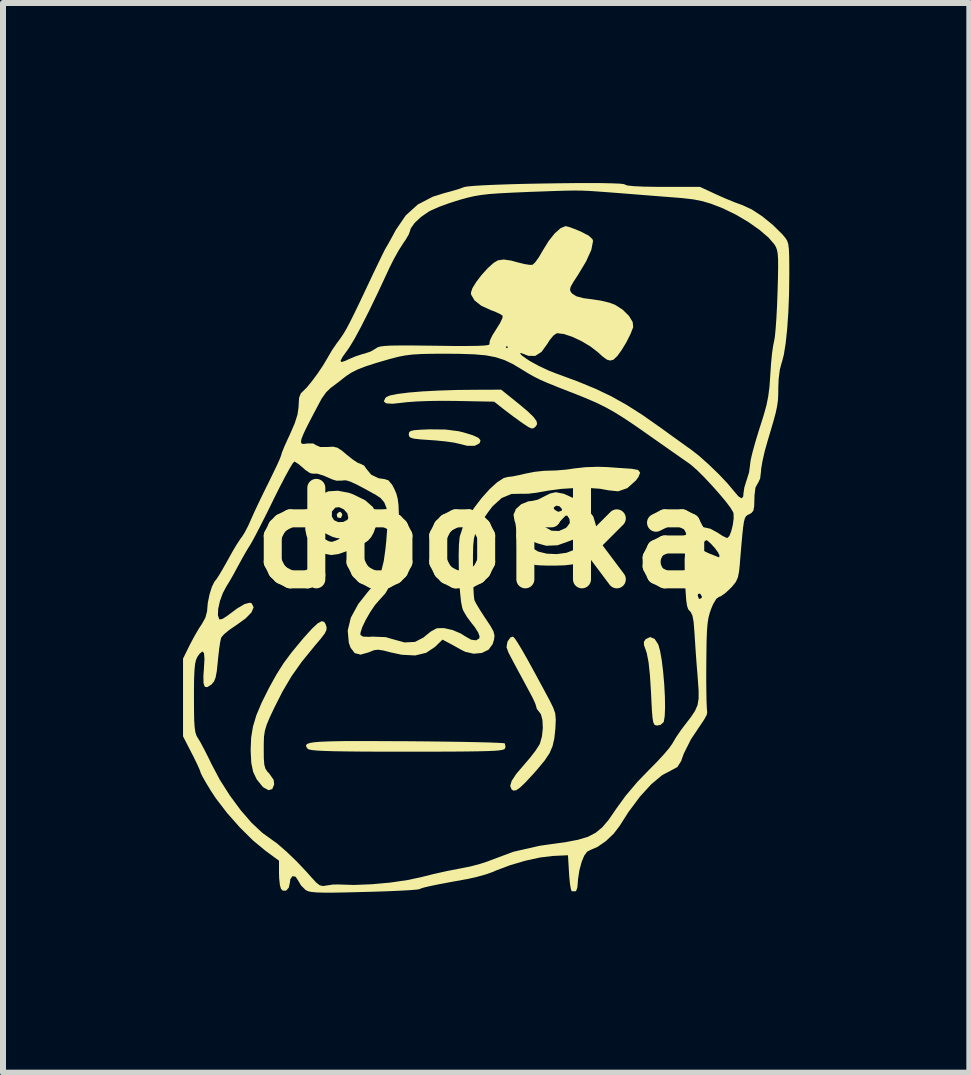
<source format=kicad_pcb>
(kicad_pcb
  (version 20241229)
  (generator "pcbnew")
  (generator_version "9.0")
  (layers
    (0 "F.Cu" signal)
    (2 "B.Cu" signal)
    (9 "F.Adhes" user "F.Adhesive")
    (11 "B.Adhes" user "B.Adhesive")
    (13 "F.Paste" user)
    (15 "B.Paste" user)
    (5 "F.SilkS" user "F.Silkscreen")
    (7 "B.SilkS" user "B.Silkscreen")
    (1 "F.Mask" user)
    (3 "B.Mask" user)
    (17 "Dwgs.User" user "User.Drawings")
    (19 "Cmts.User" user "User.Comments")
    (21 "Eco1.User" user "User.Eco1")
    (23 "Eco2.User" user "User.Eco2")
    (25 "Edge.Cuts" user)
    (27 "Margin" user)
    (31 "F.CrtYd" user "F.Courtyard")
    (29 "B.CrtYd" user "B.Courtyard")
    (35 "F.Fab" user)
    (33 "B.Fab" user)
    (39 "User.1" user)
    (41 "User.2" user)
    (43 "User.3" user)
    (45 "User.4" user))
  (footprint "doorka"
    (layer "F.Cu")
    (at 5.051 5.914)
    (property "Reference" "doorka" (at 0 0 0) (layer "F.SilkS") (effects (font (size 1.524 1.524) (thickness 0.3))))
    (attr board_only exclude_from_pos_files exclude_from_bom)
    (fp_poly (pts (xy -2.402 -0.407) (xy -2.398 -0.382) (xy -2.421 -0.331) (xy -2.471 -0.34) (xy -2.482 -0.35) (xy -2.489 -0.396) (xy -2.453 -0.432) (xy -2.432 -0.436)) (stroke (width 0) (type solid)) (fill yes) (layer "F.SilkS"))
    (fp_poly (pts (xy -0.678 -1.807) (xy -0.461 -1.779) (xy -0.382 -1.76) (xy -0.224 -1.712) (xy -0.13 -1.669) (xy -0.094 -1.628) (xy -0.108 -1.583) (xy -0.113 -1.576) (xy -0.19 -1.536) (xy -0.312 -1.535) (xy -0.454 -1.57) (xy -0.537 -1.589) (xy -0.671 -1.608) (xy -0.833 -1.624) (xy -0.927 -1.631) (xy -1.092 -1.642) (xy -1.199 -1.654) (xy -1.258 -1.67) (xy -1.284 -1.693) (xy -1.29 -1.726) (xy -1.284 -1.76) (xy -1.258 -1.782) (xy -1.198 -1.796) (xy -1.091 -1.804) (xy -0.945 -1.81)) (stroke (width 0) (type solid)) (fill yes) (layer "F.SilkS"))
    (fp_poly (pts (xy 2.807 1.682) (xy 2.867 1.774) (xy 2.868 1.774) (xy 2.898 1.882) (xy 2.926 2.04) (xy 2.949 2.23) (xy 2.967 2.436) (xy 2.978 2.639) (xy 2.981 2.823) (xy 2.975 2.971) (xy 2.959 3.065) (xy 2.958 3.068) (xy 2.908 3.113) (xy 2.854 3.125) (xy 2.823 3.122) (xy 2.8 3.107) (xy 2.784 3.069) (xy 2.772 2.997) (xy 2.762 2.88) (xy 2.753 2.708) (xy 2.747 2.576) (xy 2.729 2.29) (xy 2.706 2.072) (xy 2.677 1.923) (xy 2.664 1.882) (xy 2.63 1.787) (xy 2.628 1.731) (xy 2.657 1.688) (xy 2.659 1.686) (xy 2.733 1.651)) (stroke (width 0) (type solid)) (fill yes) (layer "F.SilkS"))
    (fp_poly (pts (xy 0.525 -2.25) (xy 0.682 -2.119) (xy 0.784 -2.022) (xy 0.838 -1.95) (xy 0.849 -1.897) (xy 0.827 -1.859) (xy 0.792 -1.829) (xy 0.757 -1.824) (xy 0.704 -1.848) (xy 0.615 -1.907) (xy 0.575 -1.935) (xy 0.449 -2.026) (xy 0.321 -2.123) (xy 0.27 -2.162) (xy 0.133 -2.271) (xy -0.496 -2.283) (xy -0.731 -2.285) (xy -0.96 -2.282) (xy -1.164 -2.274) (xy -1.324 -2.262) (xy -1.386 -2.255) (xy -1.558 -2.236) (xy -1.666 -2.243) (xy -1.706 -2.275) (xy -1.68 -2.332) (xy -1.665 -2.347) (xy -1.602 -2.375) (xy -1.474 -2.4) (xy -1.291 -2.423) (xy -1.061 -2.442) (xy -0.792 -2.456) (xy -0.492 -2.466) (xy -0.193 -2.469) (xy 0.25 -2.471)) (stroke (width 0) (type solid)) (fill yes) (layer "F.SilkS"))
    (fp_poly (pts (xy -1.789 3.385) (xy -1.398 3.387) (xy -1.315 3.387) (xy -0.981 3.39) (xy -0.669 3.394) (xy -0.388 3.398) (xy -0.143 3.403) (xy 0.056 3.408) (xy 0.203 3.414) (xy 0.289 3.419) (xy 0.31 3.423) (xy 0.322 3.475) (xy 0.315 3.505) (xy 0.303 3.519) (xy 0.274 3.53) (xy 0.223 3.539) (xy 0.142 3.546) (xy 0.027 3.551) (xy -0.13 3.555) (xy -0.335 3.558) (xy -0.593 3.56) (xy -0.911 3.561) (xy -1.296 3.561) (xy -1.321 3.561) (xy -1.717 3.561) (xy -2.047 3.56) (xy -2.315 3.557) (xy -2.529 3.554) (xy -2.693 3.549) (xy -2.813 3.543) (xy -2.897 3.535) (xy -2.948 3.526) (xy -2.973 3.514) (xy -2.976 3.511) (xy -2.997 3.481) (xy -3.002 3.455) (xy -2.985 3.434) (xy -2.941 3.417) (xy -2.864 3.404) (xy -2.748 3.395) (xy -2.588 3.389) (xy -2.378 3.385) (xy -2.114 3.384)) (stroke (width 0) (type solid)) (fill yes) (layer "F.SilkS"))
    (fp_poly (pts (xy -2.698 1.399) (xy -2.675 1.438) (xy -2.659 1.489) (xy -2.662 1.535) (xy -2.69 1.592) (xy -2.751 1.673) (xy -2.852 1.792) (xy -2.864 1.807) (xy -3.072 2.062) (xy -3.242 2.302) (xy -3.392 2.556) (xy -3.528 2.824) (xy -3.606 2.989) (xy -3.657 3.111) (xy -3.687 3.211) (xy -3.702 3.311) (xy -3.706 3.433) (xy -3.706 3.517) (xy -3.705 3.674) (xy -3.697 3.777) (xy -3.679 3.843) (xy -3.647 3.892) (xy -3.614 3.926) (xy -3.541 4.031) (xy -3.532 4.105) (xy -3.564 4.184) (xy -3.626 4.203) (xy -3.708 4.159) (xy -3.733 4.135) (xy -3.825 4.02) (xy -3.883 3.898) (xy -3.914 3.748) (xy -3.924 3.549) (xy -3.924 3.52) (xy -3.916 3.325) (xy -3.886 3.143) (xy -3.83 2.956) (xy -3.742 2.746) (xy -3.617 2.496) (xy -3.613 2.489) (xy -3.494 2.274) (xy -3.375 2.086) (xy -3.238 1.902) (xy -3.069 1.698) (xy -3.027 1.649) (xy -2.899 1.508) (xy -2.806 1.422) (xy -2.741 1.387)) (stroke (width 0) (type solid)) (fill yes) (layer "F.SilkS"))
    (fp_poly (pts (xy 0.473 1.669) (xy 0.52 1.738) (xy 0.59 1.853) (xy 0.685 2.019) (xy 0.806 2.24) (xy 0.957 2.519) (xy 1.057 2.706) (xy 1.118 2.829) (xy 1.151 2.925) (xy 1.16 3.026) (xy 1.154 3.164) (xy 1.153 3.179) (xy 1.136 3.34) (xy 1.106 3.47) (xy 1.056 3.587) (xy 0.975 3.708) (xy 0.855 3.853) (xy 0.784 3.934) (xy 0.656 4.072) (xy 0.564 4.16) (xy 0.5 4.204) (xy 0.454 4.21) (xy 0.424 4.191) (xy 0.4 4.132) (xy 0.425 4.048) (xy 0.501 3.932) (xy 0.623 3.789) (xy 0.73 3.664) (xy 0.822 3.545) (xy 0.883 3.451) (xy 0.896 3.426) (xy 0.93 3.305) (xy 0.944 3.167) (xy 0.938 3.037) (xy 0.913 2.939) (xy 0.89 2.907) (xy 0.844 2.849) (xy 0.836 2.819) (xy 0.82 2.764) (xy 0.779 2.673) (xy 0.758 2.633) (xy 0.689 2.504) (xy 0.602 2.342) (xy 0.51 2.172) (xy 0.428 2.018) (xy 0.373 1.913) (xy 0.339 1.82) (xy 0.353 1.736) (xy 0.36 1.72) (xy 0.404 1.658) (xy 0.446 1.644)) (stroke (width 0) (type solid)) (fill yes) (layer "F.SilkS"))
    (fp_poly (pts (xy -2.29 -0.753) (xy -2.217 -0.727) (xy -2.016 -0.628) (xy -1.885 -0.513) (xy -1.822 -0.38) (xy -1.826 -0.226) (xy -1.876 -0.086) (xy -1.917 -0.013) (xy -1.968 0.045) (xy -2.044 0.096) (xy -2.163 0.154) (xy -2.289 0.207) (xy -2.456 0.267) (xy -2.585 0.285) (xy -2.696 0.263) (xy -2.79 0.213) (xy -2.912 0.104) (xy -2.992 -0.031) (xy -3.005 -0.095) (xy -2.798 -0.095) (xy -2.769 -0.039) (xy -2.699 0.015) (xy -2.698 0.016) (xy -2.62 0.056) (xy -2.571 0.065) (xy -2.514 0.047) (xy -2.489 0.036) (xy -2.439 0.012) (xy -2.456 0.004) (xy -2.485 0.003) (xy -2.56 -0.018) (xy -2.649 -0.061) (xy -2.205 -0.061) (xy -2.197 -0.037) (xy -2.188 -0.036) (xy -2.142 -0.061) (xy -2.086 -0.114) (xy -2.04 -0.168) (xy -2.045 -0.176) (xy -2.096 -0.15) (xy -2.167 -0.104) (xy -2.205 -0.061) (xy -2.649 -0.061) (xy -2.656 -0.064) (xy -2.676 -0.076) (xy -2.755 -0.12) (xy -2.79 -0.124) (xy -2.798 -0.095) (xy -3.005 -0.095) (xy -3.016 -0.149) (xy -2.999 -0.231) (xy -2.955 -0.35) (xy -2.952 -0.355) (xy -2.571 -0.355) (xy -2.535 -0.296) (xy -2.465 -0.264) (xy -2.381 -0.267) (xy -2.314 -0.301) (xy -2.297 -0.333) (xy -2.313 -0.409) (xy -2.372 -0.476) (xy -2.45 -0.513) (xy -2.513 -0.506) (xy -2.57 -0.441) (xy -2.571 -0.355) (xy -2.952 -0.355) (xy -2.895 -0.483) (xy -2.83 -0.607) (xy -2.772 -0.698) (xy -2.748 -0.723) (xy -2.63 -0.777) (xy -2.472 -0.787)) (stroke (width 0) (type solid)) (fill yes) (layer "F.SilkS"))
    (fp_poly (pts (xy 1.294 -0.736) (xy 1.448 -0.667) (xy 1.601 -0.567) (xy 1.675 -0.504) (xy 1.786 -0.355) (xy 1.837 -0.182) (xy 1.83 -0.001) (xy 1.767 0.173) (xy 1.648 0.323) (xy 1.591 0.369) (xy 1.514 0.415) (xy 1.427 0.442) (xy 1.307 0.456) (xy 1.181 0.46) (xy 1.033 0.461) (xy 0.906 0.457) (xy 0.823 0.451) (xy 0.815 0.449) (xy 0.741 0.415) (xy 0.649 0.349) (xy 0.624 0.327) (xy 0.559 0.261) (xy 0.525 0.197) (xy 0.511 0.108) (xy 0.51 0.055) (xy 0.704 0.055) (xy 0.711 0.098) (xy 0.761 0.162) (xy 0.864 0.226) (xy 1.011 0.262) (xy 1.177 0.269) (xy 1.339 0.247) (xy 1.472 0.195) (xy 1.49 0.184) (xy 1.576 0.104) (xy 1.597 0.043) (xy 1.563 0.01) (xy 1.481 0.015) (xy 1.383 0.053) (xy 1.19 0.122) (xy 1.001 0.13) (xy 0.857 0.09) (xy 0.754 0.051) (xy 0.704 0.055) (xy 0.51 0.055) (xy 0.509 -0.00034) (xy 0.503 -0.131) (xy 0.488 -0.24) (xy 0.472 -0.291) (xy 0.468 -0.315) (xy 0.911 -0.315) (xy 0.94 -0.23) (xy 0.981 -0.182) (xy 1.088 -0.121) (xy 1.212 -0.116) (xy 1.325 -0.165) (xy 1.345 -0.183) (xy 1.394 -0.25) (xy 1.388 -0.313) (xy 1.38 -0.328) (xy 1.351 -0.372) (xy 1.322 -0.37) (xy 1.27 -0.317) (xy 1.256 -0.301) (xy 1.194 -0.238) (xy 1.15 -0.228) (xy 1.112 -0.251) (xy 1.064 -0.322) (xy 1.054 -0.368) (xy 1.037 -0.428) (xy 0.99 -0.423) (xy 0.952 -0.392) (xy 0.911 -0.315) (xy 0.468 -0.315) (xy 0.456 -0.388) (xy 0.497 -0.484) (xy 0.508 -0.493) (xy 1.126 -0.493) (xy 1.157 -0.446) (xy 1.202 -0.436) (xy 1.258 -0.453) (xy 1.263 -0.481) (xy 1.224 -0.527) (xy 1.169 -0.538) (xy 1.13 -0.512) (xy 1.126 -0.493) (xy 0.508 -0.493) (xy 0.584 -0.562) (xy 0.702 -0.61) (xy 0.774 -0.618) (xy 0.859 -0.638) (xy 0.956 -0.686) (xy 0.963 -0.69) (xy 1.063 -0.74) (xy 1.158 -0.762) (xy 1.163 -0.762)) (stroke (width 0) (type solid)) (fill yes) (layer "F.SilkS"))
    (fp_poly (pts (xy 1.925 -5.913) (xy 2.1 -5.909) (xy 2.227 -5.904) (xy 2.296 -5.896) (xy 2.304 -5.892) (xy 2.349 -5.874) (xy 2.458 -5.862) (xy 2.636 -5.854) (xy 2.883 -5.85) (xy 2.947 -5.85) (xy 3.563 -5.85) (xy 3.826 -5.728) (xy 3.982 -5.658) (xy 4.141 -5.593) (xy 4.27 -5.546) (xy 4.273 -5.545) (xy 4.426 -5.474) (xy 4.6 -5.36) (xy 4.777 -5.216) (xy 4.936 -5.059) (xy 4.951 -5.041) (xy 4.989 -4.995) (xy 5.016 -4.951) (xy 5.034 -4.896) (xy 5.044 -4.816) (xy 5.049 -4.699) (xy 5.051 -4.531) (xy 5.051 -4.38) (xy 5.047 -4.063) (xy 5.035 -3.761) (xy 5.016 -3.485) (xy 4.991 -3.247) (xy 4.961 -3.058) (xy 4.928 -2.929) (xy 4.923 -2.917) (xy 4.894 -2.808) (xy 4.874 -2.655) (xy 4.868 -2.512) (xy 4.867 -2.395) (xy 4.862 -2.296) (xy 4.849 -2.201) (xy 4.827 -2.094) (xy 4.791 -1.959) (xy 4.739 -1.782) (xy 4.69 -1.617) (xy 4.642 -1.447) (xy 4.605 -1.285) (xy 4.583 -1.156) (xy 4.579 -1.104) (xy 4.565 -0.989) (xy 4.529 -0.913) (xy 4.524 -0.908) (xy 4.487 -0.839) (xy 4.471 -0.708) (xy 4.47 -0.649) (xy 4.466 -0.526) (xy 4.452 -0.454) (xy 4.419 -0.415) (xy 4.383 -0.395) (xy 4.352 -0.38) (xy 4.328 -0.36) (xy 4.31 -0.325) (xy 4.295 -0.267) (xy 4.281 -0.174) (xy 4.267 -0.038) (xy 4.25 0.15) (xy 4.229 0.401) (xy 4.229 0.412) (xy 4.214 0.56) (xy 4.194 0.659) (xy 4.16 0.733) (xy 4.103 0.805) (xy 4.071 0.839) (xy 3.985 0.919) (xy 3.911 0.971) (xy 3.881 0.981) (xy 3.835 1.014) (xy 3.781 1.105) (xy 3.749 1.181) (xy 3.723 1.257) (xy 3.703 1.335) (xy 3.689 1.429) (xy 3.679 1.549) (xy 3.673 1.708) (xy 3.67 1.919) (xy 3.668 2.123) (xy 3.667 2.349) (xy 3.669 2.551) (xy 3.672 2.717) (xy 3.677 2.836) (xy 3.682 2.896) (xy 3.684 2.9) (xy 3.676 2.946) (xy 3.632 3.027) (xy 3.588 3.093) (xy 3.413 3.354) (xy 3.293 3.593) (xy 3.248 3.72) (xy 3.185 3.818) (xy 3.098 3.865) (xy 2.932 3.953) (xy 2.751 4.104) (xy 2.562 4.311) (xy 2.371 4.567) (xy 2.224 4.798) (xy 2.124 4.929) (xy 1.994 5.052) (xy 1.857 5.147) (xy 1.753 5.192) (xy 1.684 5.226) (xy 1.633 5.295) (xy 1.591 5.398) (xy 1.553 5.539) (xy 1.531 5.683) (xy 1.528 5.732) (xy 1.519 5.827) (xy 1.499 5.881) (xy 1.49 5.887) (xy 1.429 5.887) (xy 1.426 5.887) (xy 1.412 5.854) (xy 1.397 5.765) (xy 1.384 5.637) (xy 1.381 5.587) (xy 1.363 5.287) (xy 1.108 5.299) (xy 0.9 5.324) (xy 0.654 5.378) (xy 0.399 5.453) (xy 0.16 5.543) (xy 0.114 5.564) (xy -0.001 5.605) (xy -0.156 5.648) (xy -0.32 5.685) (xy -0.34 5.688) (xy -0.599 5.735) (xy -0.795 5.772) (xy -0.936 5.801) (xy -1.03 5.823) (xy -1.086 5.84) (xy -1.108 5.851) (xy -1.153 5.859) (xy -1.261 5.868) (xy -1.42 5.877) (xy -1.621 5.886) (xy -1.853 5.894) (xy -2.037 5.899) (xy -2.319 5.906) (xy -2.539 5.91) (xy -2.703 5.91) (xy -2.823 5.907) (xy -2.906 5.899) (xy -2.962 5.888) (xy -3 5.871) (xy -3.011 5.864) (xy -3.087 5.788) (xy -3.126 5.72) (xy -3.175 5.645) (xy -3.227 5.635) (xy -3.264 5.687) (xy -3.27 5.742) (xy -3.29 5.829) (xy -3.335 5.878) (xy -3.39 5.876) (xy -3.419 5.847) (xy -3.437 5.784) (xy -3.449 5.676) (xy -3.452 5.587) (xy -3.452 5.378) (xy -3.679 5.211) (xy -3.886 5.04) (xy -4.105 4.823) (xy -4.318 4.582) (xy -4.505 4.338) (xy -4.59 4.209) (xy -4.666 4.083) (xy -4.725 3.98) (xy -4.757 3.915) (xy -4.76 3.903) (xy -4.776 3.858) (xy -4.818 3.765) (xy -4.878 3.642) (xy -4.906 3.588) (xy -5.051 3.306) (xy -5.051 2.655) (xy -4.869 2.655) (xy -4.868 2.88) (xy -4.865 3.044) (xy -4.857 3.16) (xy -4.845 3.24) (xy -4.826 3.297) (xy -4.802 3.337) (xy -4.757 3.412) (xy -4.693 3.533) (xy -4.619 3.679) (xy -4.58 3.761) (xy -4.439 4.028) (xy -4.273 4.289) (xy -4.093 4.533) (xy -3.91 4.745) (xy -3.733 4.911) (xy -3.616 4.996) (xy -3.487 5.088) (xy -3.329 5.225) (xy -3.157 5.39) (xy -2.985 5.572) (xy -2.921 5.645) (xy -2.834 5.74) (xy -2.773 5.788) (xy -2.718 5.8) (xy -2.667 5.792) (xy -2.551 5.775) (xy -2.463 5.774) (xy -2.202 5.782) (xy -1.903 5.77) (xy -1.594 5.742) (xy -1.301 5.699) (xy -1.072 5.649) (xy -0.876 5.6) (xy -0.657 5.551) (xy -0.458 5.512) (xy -0.431 5.507) (xy -0.264 5.474) (xy -0.104 5.432) (xy 0.021 5.391) (xy 0.041 5.383) (xy 0.453 5.229) (xy 0.892 5.129) (xy 1.054 5.106) (xy 1.322 5.069) (xy 1.531 5.029) (xy 1.695 4.98) (xy 1.825 4.912) (xy 1.935 4.821) (xy 2.039 4.699) (xy 2.15 4.538) (xy 2.164 4.517) (xy 2.324 4.296) (xy 2.522 4.062) (xy 2.708 3.87) (xy 2.842 3.735) (xy 2.962 3.605) (xy 3.054 3.496) (xy 3.106 3.421) (xy 3.107 3.418) (xy 3.165 3.32) (xy 3.248 3.199) (xy 3.313 3.113) (xy 3.413 2.983) (xy 3.481 2.88) (xy 3.522 2.785) (xy 3.54 2.679) (xy 3.54 2.544) (xy 3.527 2.359) (xy 3.523 2.303) (xy 3.506 2.094) (xy 3.49 1.875) (xy 3.477 1.676) (xy 3.47 1.567) (xy 3.457 1.401) (xy 3.437 1.294) (xy 3.408 1.233) (xy 3.392 1.218) (xy 3.366 1.187) (xy 3.347 1.129) (xy 3.333 1.034) (xy 3.328 0.961) (xy 3.525 0.961) (xy 3.544 1.011) (xy 3.561 1.017) (xy 3.596 0.991) (xy 3.597 0.983) (xy 3.571 0.934) (xy 3.561 0.927) (xy 3.53 0.935) (xy 3.525 0.961) (xy 3.328 0.961) (xy 3.323 0.889) (xy 3.314 0.7) (xy 3.308 0.504) (xy 3.308 0.493) (xy 3.53 0.493) (xy 3.539 0.537) (xy 3.567 0.537) (xy 3.611 0.497) (xy 3.616 0.478) (xy 3.596 0.438) (xy 3.557 0.445) (xy 3.53 0.493) (xy 3.308 0.493) (xy 3.307 0.362) (xy 3.314 0.259) (xy 3.33 0.178) (xy 3.332 0.172) (xy 3.59 0.172) (xy 3.618 0.211) (xy 3.697 0.25) (xy 3.72 0.26) (xy 3.813 0.297) (xy 3.87 0.32) (xy 3.879 0.323) (xy 3.888 0.3) (xy 3.888 0.293) (xy 3.865 0.243) (xy 3.811 0.169) (xy 3.744 0.095) (xy 3.687 0.045) (xy 3.666 0.036) (xy 3.628 0.066) (xy 3.601 0.118) (xy 3.59 0.172) (xy 3.332 0.172) (xy 3.357 0.1) (xy 3.391 0.023) (xy 3.446 -0.09) (xy 3.49 -0.152) (xy 3.54 -0.177) (xy 3.607 -0.182) (xy 3.735 -0.154) (xy 3.852 -0.091) (xy 3.939 -0.034) (xy 4.006 -0.002) (xy 4.019 0) (xy 4.052 -0.032) (xy 4.084 -0.113) (xy 4.11 -0.219) (xy 4.124 -0.326) (xy 4.122 -0.41) (xy 4.117 -0.426) (xy 4.075 -0.498) (xy 3.993 -0.607) (xy 3.883 -0.738) (xy 3.758 -0.879) (xy 3.63 -1.015) (xy 3.512 -1.132) (xy 3.416 -1.216) (xy 3.391 -1.235) (xy 3.337 -1.273) (xy 3.234 -1.345) (xy 3.094 -1.443) (xy 2.926 -1.561) (xy 2.742 -1.69) (xy 2.737 -1.694) (xy 2.501 -1.859) (xy 2.308 -1.989) (xy 2.143 -2.092) (xy 1.991 -2.177) (xy 1.837 -2.253) (xy 1.666 -2.327) (xy 1.462 -2.409) (xy 1.399 -2.433) (xy 1.187 -2.516) (xy 1.027 -2.581) (xy 0.903 -2.635) (xy 0.801 -2.686) (xy 0.703 -2.741) (xy 0.594 -2.808) (xy 0.581 -2.816) (xy 0.436 -2.902) (xy 0.3 -2.966) (xy 0.157 -3.012) (xy -0.005 -3.043) (xy -0.201 -3.06) (xy -0.445 -3.068) (xy -0.654 -3.07) (xy -0.897 -3.069) (xy -1.083 -3.065) (xy -1.229 -3.056) (xy -1.35 -3.041) (xy -1.464 -3.019) (xy -1.586 -2.987) (xy -1.599 -2.984) (xy -1.833 -2.916) (xy -2.009 -2.859) (xy -2.143 -2.807) (xy -2.246 -2.755) (xy -2.333 -2.698) (xy -2.365 -2.673) (xy -2.468 -2.592) (xy -2.564 -2.52) (xy -2.591 -2.5) (xy -2.666 -2.428) (xy -2.739 -2.325) (xy -2.753 -2.3) (xy -2.88 -2.061) (xy -2.975 -1.878) (xy -3.039 -1.746) (xy -3.076 -1.655) (xy -3.087 -1.6) (xy -3.074 -1.572) (xy -3.041 -1.566) (xy -2.989 -1.573) (xy -2.983 -1.575) (xy -2.882 -1.575) (xy -2.837 -1.547) (xy -2.764 -1.515) (xy -2.643 -1.516) (xy -2.551 -1.521) (xy -2.479 -1.504) (xy -2.402 -1.454) (xy -2.32 -1.384) (xy -2.221 -1.306) (xy -2.137 -1.251) (xy -2.092 -1.235) (xy -2.034 -1.206) (xy -1.994 -1.149) (xy -1.915 -1.054) (xy -1.792 -0.995) (xy -1.694 -0.981) (xy -1.629 -0.96) (xy -1.568 -0.888) (xy -1.533 -0.823) (xy -1.498 -0.743) (xy -1.475 -0.659) (xy -1.461 -0.553) (xy -1.455 -0.407) (xy -1.454 -0.232) (xy -1.461 0.103) (xy -1.485 0.376) (xy -1.528 0.597) (xy -1.592 0.776) (xy -1.68 0.923) (xy -1.781 1.036) (xy -1.855 1.121) (xy -1.933 1.237) (xy -2.006 1.364) (xy -2.063 1.483) (xy -2.094 1.576) (xy -2.095 1.616) (xy -2.053 1.644) (xy -1.951 1.648) (xy -1.894 1.644) (xy -1.672 1.653) (xy -1.563 1.685) (xy -1.359 1.741) (xy -1.186 1.732) (xy -1.043 1.658) (xy -1.018 1.636) (xy -0.925 1.561) (xy -0.833 1.51) (xy -0.814 1.504) (xy -0.702 1.502) (xy -0.561 1.534) (xy -0.423 1.592) (xy -0.344 1.642) (xy -0.251 1.695) (xy -0.169 1.706) (xy -0.117 1.676) (xy -0.109 1.642) (xy -0.132 1.578) (xy -0.189 1.487) (xy -0.239 1.424) (xy -0.319 1.318) (xy -0.38 1.214) (xy -0.398 1.168) (xy -0.419 1.058) (xy -0.436 0.894) (xy -0.449 0.698) (xy -0.456 0.49) (xy -0.458 0.289) (xy -0.454 0.115) (xy -0.442 -0.012) (xy -0.439 -0.027) (xy -0.392 -0.171) (xy -0.309 -0.333) (xy -0.2 -0.503) (xy -0.075 -0.666) (xy 0.056 -0.812) (xy 0.182 -0.927) (xy 0.294 -0.999) (xy 0.364 -1.017) (xy 0.442 -1.026) (xy 0.56 -1.05) (xy 0.654 -1.072) (xy 0.807 -1.102) (xy 0.965 -1.119) (xy 1.041 -1.121) (xy 1.172 -1.125) (xy 1.335 -1.139) (xy 1.472 -1.159) (xy 1.653 -1.179) (xy 1.861 -1.186) (xy 2.017 -1.181) (xy 2.173 -1.17) (xy 2.318 -1.16) (xy 2.422 -1.153) (xy 2.432 -1.152) (xy 2.531 -1.133) (xy 2.566 -1.089) (xy 2.537 -1.014) (xy 2.491 -0.954) (xy 2.352 -0.83) (xy 2.2 -0.777) (xy 2.038 -0.794) (xy 1.895 -0.82) (xy 1.703 -0.833) (xy 1.484 -0.832) (xy 1.258 -0.818) (xy 1.049 -0.791) (xy 0.981 -0.779) (xy 0.834 -0.753) (xy 0.7 -0.737) (xy 0.608 -0.736) (xy 0.603 -0.737) (xy 0.421 -0.733) (xy 0.258 -0.665) (xy 0.107 -0.528) (xy 0.047 -0.45) (xy -0.056 -0.305) (xy -0.128 -0.193) (xy -0.175 -0.096) (xy -0.203 0.005) (xy -0.216 0.126) (xy -0.22 0.287) (xy -0.22 0.468) (xy -0.218 0.657) (xy -0.213 0.825) (xy -0.206 0.954) (xy -0.197 1.03) (xy -0.194 1.04) (xy -0.162 1.102) (xy -0.101 1.204) (xy -0.023 1.324) (xy -0.012 1.34) (xy 0.073 1.468) (xy 0.122 1.557) (xy 0.139 1.626) (xy 0.131 1.695) (xy 0.107 1.771) (xy 0.04 1.862) (xy -0.071 1.916) (xy -0.208 1.929) (xy -0.349 1.897) (xy -0.4 1.872) (xy -0.497 1.818) (xy -0.606 1.758) (xy -0.609 1.757) (xy -0.727 1.694) (xy -0.852 1.815) (xy -1 1.914) (xy -1.184 1.958) (xy -1.408 1.946) (xy -1.585 1.908) (xy -1.714 1.875) (xy -1.8 1.862) (xy -1.867 1.87) (xy -1.942 1.899) (xy -1.96 1.907) (xy -2.092 1.944) (xy -2.19 1.919) (xy -2.26 1.828) (xy -2.289 1.744) (xy -2.307 1.542) (xy -2.255 1.328) (xy -2.132 1.102) (xy -1.975 0.903) (xy -1.871 0.778) (xy -1.797 0.662) (xy -1.744 0.538) (xy -1.707 0.387) (xy -1.679 0.191) (xy -1.665 0.055) (xy -1.647 -0.185) (xy -1.644 -0.366) (xy -1.661 -0.499) (xy -1.699 -0.595) (xy -1.762 -0.667) (xy -1.836 -0.716) (xy -2.024 -0.82) (xy -2.159 -0.891) (xy -2.255 -0.935) (xy -2.321 -0.957) (xy -2.369 -0.961) (xy -2.395 -0.956) (xy -2.493 -0.954) (xy -2.555 -0.972) (xy -2.71 -1.039) (xy -2.814 -1.071) (xy -2.878 -1.071) (xy -2.882 -1.07) (xy -2.935 -1.081) (xy -3.013 -1.133) (xy -3.045 -1.162) (xy -3.124 -1.229) (xy -3.184 -1.268) (xy -3.198 -1.272) (xy -3.225 -1.241) (xy -3.277 -1.154) (xy -3.35 -1.021) (xy -3.438 -0.852) (xy -3.535 -0.658) (xy -3.55 -0.627) (xy -3.651 -0.421) (xy -3.747 -0.231) (xy -3.83 -0.07) (xy -3.894 0.05) (xy -3.933 0.118) (xy -3.935 0.12) (xy -3.987 0.204) (xy -4.058 0.327) (xy -4.131 0.462) (xy -4.134 0.466) (xy -4.205 0.598) (xy -4.273 0.717) (xy -4.322 0.797) (xy -4.324 0.799) (xy -4.387 0.917) (xy -4.436 1.05) (xy -4.465 1.18) (xy -4.47 1.287) (xy -4.448 1.352) (xy -4.441 1.358) (xy -4.396 1.35) (xy -4.326 1.306) (xy -4.323 1.304) (xy -4.15 1.175) (xy -4.022 1.1) (xy -3.936 1.079) (xy -3.906 1.091) (xy -3.875 1.155) (xy -3.91 1.24) (xy -4.008 1.341) (xy -4.162 1.452) (xy -4.277 1.53) (xy -4.367 1.604) (xy -4.413 1.657) (xy -4.415 1.66) (xy -4.43 1.725) (xy -4.448 1.841) (xy -4.465 1.988) (xy -4.471 2.052) (xy -4.488 2.216) (xy -4.508 2.324) (xy -4.535 2.392) (xy -4.574 2.438) (xy -4.579 2.443) (xy -4.647 2.486) (xy -4.689 2.48) (xy -4.71 2.419) (xy -4.712 2.297) (xy -4.703 2.177) (xy -4.694 2.014) (xy -4.702 1.919) (xy -4.727 1.891) (xy -4.772 1.926) (xy -4.811 1.979) (xy -4.833 2.027) (xy -4.85 2.097) (xy -4.86 2.2) (xy -4.867 2.348) (xy -4.869 2.552) (xy -4.869 2.655) (xy -5.051 2.655) (xy -5.051 2.01) (xy -4.936 1.777) (xy -4.864 1.641) (xy -4.79 1.514) (xy -4.736 1.432) (xy -4.679 1.329) (xy -4.651 1.225) (xy -4.65 1.214) (xy -4.639 1.084) (xy -4.61 0.942) (xy -4.571 0.816) (xy -4.53 0.732) (xy -4.526 0.727) (xy -4.493 0.685) (xy -4.45 0.619) (xy -4.39 0.518) (xy -4.307 0.371) (xy -4.222 0.218) (xy -4.156 0.107) (xy -4.093 0.012) (xy -4.07 -0.018) (xy -4.023 -0.092) (xy -3.965 -0.204) (xy -3.926 -0.291) (xy -3.877 -0.402) (xy -3.804 -0.558) (xy -3.718 -0.737) (xy -3.629 -0.917) (xy -3.55 -1.079) (xy -3.483 -1.218) (xy -3.437 -1.322) (xy -3.416 -1.377) (xy -3.416 -1.381) (xy -3.401 -1.429) (xy -3.362 -1.525) (xy -3.304 -1.653) (xy -3.27 -1.726) (xy -3.19 -1.911) (xy -3.144 -2.055) (xy -3.126 -2.181) (xy -3.125 -2.214) (xy -3.117 -2.337) (xy -3.088 -2.41) (xy -3.052 -2.445) (xy -2.99 -2.506) (xy -2.904 -2.611) (xy -2.808 -2.741) (xy -2.716 -2.878) (xy -2.673 -2.951) (xy -2.427 -2.951) (xy -2.41 -2.931) (xy -2.343 -2.953) (xy -2.298 -2.975) (xy -2.175 -3.027) (xy -2.051 -3.067) (xy -2.035 -3.07) (xy -1.928 -3.105) (xy -1.843 -3.154) (xy -1.84 -3.156) (xy -1.812 -3.175) (xy -1.797 -3.18) (xy 0.327 -3.18) (xy 0.345 -3.161) (xy 0.363 -3.18) (xy 0.345 -3.198) (xy 0.327 -3.18) (xy -1.797 -3.18) (xy -1.77 -3.189) (xy -1.704 -3.198) (xy -1.606 -3.205) (xy -1.467 -3.207) (xy -1.279 -3.208) (xy -1.032 -3.205) (xy -0.845 -3.203) (xy -0.549 -3.199) (xy -0.32 -3.199) (xy -0.15 -3.201) (xy -0.035 -3.206) (xy 0.031 -3.214) (xy 0.056 -3.226) (xy 0.055 -3.233) (xy 0.06 -3.285) (xy 0.103 -3.376) (xy 0.163 -3.471) (xy 0.229 -3.576) (xy 0.269 -3.66) (xy 0.276 -3.701) (xy 0.231 -3.732) (xy 0.142 -3.773) (xy 0.084 -3.794) (xy -0.078 -3.867) (xy -0.193 -3.957) (xy -0.25 -4.053) (xy -0.254 -4.087) (xy -0.229 -4.163) (xy -0.164 -4.268) (xy -0.074 -4.385) (xy 0.027 -4.496) (xy 0.122 -4.582) (xy 0.195 -4.626) (xy 0.291 -4.64) (xy 0.416 -4.622) (xy 0.51 -4.596) (xy 0.632 -4.565) (xy 0.73 -4.55) (xy 0.775 -4.553) (xy 0.818 -4.594) (xy 0.88 -4.681) (xy 0.947 -4.796) (xy 0.947 -4.796) (xy 1.043 -4.951) (xy 1.145 -5.078) (xy 1.243 -5.164) (xy 1.323 -5.196) (xy 1.325 -5.196) (xy 1.381 -5.182) (xy 1.48 -5.146) (xy 1.576 -5.106) (xy 1.706 -5.039) (xy 1.77 -4.981) (xy 1.781 -4.948) (xy 1.752 -4.8) (xy 1.666 -4.609) (xy 1.533 -4.388) (xy 1.453 -4.265) (xy 1.409 -4.187) (xy 1.397 -4.137) (xy 1.41 -4.1) (xy 1.432 -4.073) (xy 1.501 -4.028) (xy 1.618 -3.996) (xy 1.756 -3.978) (xy 1.909 -3.955) (xy 2.052 -3.921) (xy 2.148 -3.885) (xy 2.277 -3.802) (xy 2.379 -3.701) (xy 2.441 -3.599) (xy 2.45 -3.513) (xy 2.45 -3.512) (xy 2.403 -3.393) (xy 2.335 -3.259) (xy 2.258 -3.132) (xy 2.184 -3.03) (xy 2.124 -2.973) (xy 2.119 -2.97) (xy 2.067 -2.956) (xy 2.014 -2.97) (xy 1.942 -3.022) (xy 1.863 -3.094) (xy 1.74 -3.189) (xy 1.592 -3.278) (xy 1.437 -3.351) (xy 1.296 -3.398) (xy 1.189 -3.411) (xy 1.175 -3.41) (xy 1.12 -3.372) (xy 1.054 -3.291) (xy 1.023 -3.24) (xy 0.923 -3.101) (xy 0.817 -3.033) (xy 0.702 -3.035) (xy 0.668 -3.048) (xy 0.586 -3.08) (xy 0.562 -3.076) (xy 0.594 -3.042) (xy 0.678 -2.981) (xy 0.735 -2.944) (xy 0.878 -2.866) (xy 1.047 -2.787) (xy 1.163 -2.742) (xy 1.515 -2.612) (xy 1.815 -2.489) (xy 2.084 -2.361) (xy 2.339 -2.218) (xy 2.602 -2.051) (xy 2.89 -1.849) (xy 2.925 -1.824) (xy 3.078 -1.713) (xy 3.227 -1.606) (xy 3.352 -1.516) (xy 3.412 -1.474) (xy 3.549 -1.367) (xy 3.709 -1.224) (xy 3.873 -1.066) (xy 4.019 -0.912) (xy 4.121 -0.79) (xy 4.203 -0.693) (xy 4.256 -0.66) (xy 4.283 -0.69) (xy 4.288 -0.746) (xy 4.302 -0.842) (xy 4.337 -0.955) (xy 4.342 -0.969) (xy 4.38 -1.091) (xy 4.397 -1.213) (xy 4.397 -1.222) (xy 4.408 -1.301) (xy 4.439 -1.432) (xy 4.485 -1.598) (xy 4.541 -1.783) (xy 4.555 -1.826) (xy 4.623 -2.041) (xy 4.671 -2.213) (xy 4.701 -2.365) (xy 4.721 -2.523) (xy 4.734 -2.709) (xy 4.735 -2.725) (xy 4.747 -2.906) (xy 4.763 -3.073) (xy 4.782 -3.204) (xy 4.796 -3.27) (xy 4.81 -3.347) (xy 4.823 -3.482) (xy 4.836 -3.661) (xy 4.847 -3.871) (xy 4.855 -4.088) (xy 4.862 -4.33) (xy 4.865 -4.511) (xy 4.864 -4.642) (xy 4.858 -4.734) (xy 4.846 -4.799) (xy 4.828 -4.848) (xy 4.804 -4.89) (xy 4.706 -5.004) (xy 4.557 -5.132) (xy 4.371 -5.263) (xy 4.165 -5.385) (xy 3.954 -5.488) (xy 3.907 -5.508) (xy 3.744 -5.57) (xy 3.603 -5.612) (xy 3.456 -5.641) (xy 3.279 -5.662) (xy 3.143 -5.673) (xy 2.925 -5.69) (xy 2.669 -5.71) (xy 2.41 -5.731) (xy 2.217 -5.746) (xy 2.011 -5.762) (xy 1.848 -5.774) (xy 1.713 -5.783) (xy 1.59 -5.788) (xy 1.466 -5.789) (xy 1.326 -5.787) (xy 1.154 -5.782) (xy 0.937 -5.774) (xy 0.709 -5.766) (xy 0.436 -5.754) (xy 0.223 -5.743) (xy 0.054 -5.731) (xy -0.083 -5.715) (xy -0.202 -5.695) (xy -0.318 -5.668) (xy -0.444 -5.633) (xy -0.445 -5.633) (xy -0.617 -5.578) (xy -0.782 -5.518) (xy -0.914 -5.46) (xy -0.96 -5.436) (xy -1.088 -5.347) (xy -1.192 -5.249) (xy -1.257 -5.157) (xy -1.272 -5.106) (xy -1.292 -5.053) (xy -1.343 -4.967) (xy -1.386 -4.905) (xy -1.457 -4.793) (xy -1.54 -4.644) (xy -1.618 -4.489) (xy -1.625 -4.472) (xy -1.796 -4.105) (xy -1.949 -3.788) (xy -2.082 -3.525) (xy -2.193 -3.319) (xy -2.28 -3.175) (xy -2.31 -3.132) (xy -2.393 -3.017) (xy -2.427 -2.951) (xy -2.673 -2.951) (xy -2.641 -3.004) (xy -2.629 -3.026) (xy -2.566 -3.133) (xy -2.486 -3.249) (xy -2.47 -3.27) (xy -2.423 -3.334) (xy -2.377 -3.403) (xy -2.328 -3.486) (xy -2.271 -3.594) (xy -2.2 -3.736) (xy -2.11 -3.922) (xy -1.996 -4.163) (xy -1.963 -4.233) (xy -1.875 -4.42) (xy -1.795 -4.585) (xy -1.731 -4.718) (xy -1.687 -4.806) (xy -1.672 -4.833) (xy -1.638 -4.89) (xy -1.582 -4.991) (xy -1.514 -5.116) (xy -1.503 -5.136) (xy -1.34 -5.375) (xy -1.138 -5.557) (xy -0.89 -5.686) (xy -0.703 -5.745) (xy -0.565 -5.782) (xy -0.448 -5.817) (xy -0.376 -5.843) (xy -0.372 -5.846) (xy -0.318 -5.856) (xy -0.203 -5.867) (xy -0.037 -5.877) (xy 0.17 -5.886) (xy 0.407 -5.894) (xy 0.666 -5.901) (xy 0.935 -5.906) (xy 1.206 -5.91) (xy 1.468 -5.913) (xy 1.711 -5.914)) (stroke (width 0) (type solid)) (fill yes) (layer "F.SilkS")))
  (gr_rect
    (start -3 -3)
    (end 13.102 14.824)
    (stroke (width 0.1) (type default))
    (fill no)
    (layer "Edge.Cuts")))
</source>
